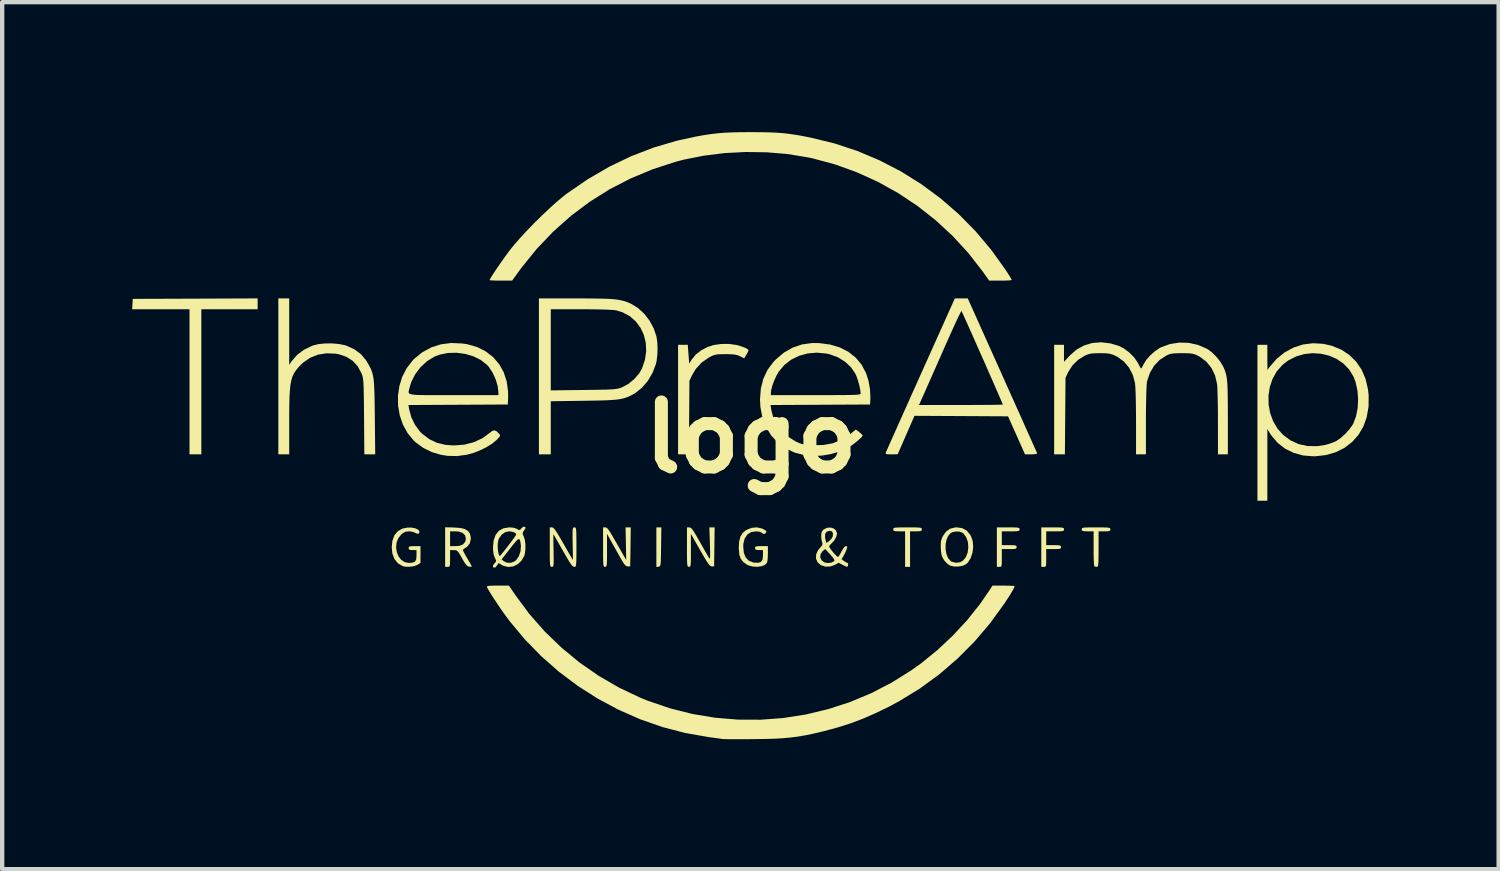
<source format=kicad_pcb>
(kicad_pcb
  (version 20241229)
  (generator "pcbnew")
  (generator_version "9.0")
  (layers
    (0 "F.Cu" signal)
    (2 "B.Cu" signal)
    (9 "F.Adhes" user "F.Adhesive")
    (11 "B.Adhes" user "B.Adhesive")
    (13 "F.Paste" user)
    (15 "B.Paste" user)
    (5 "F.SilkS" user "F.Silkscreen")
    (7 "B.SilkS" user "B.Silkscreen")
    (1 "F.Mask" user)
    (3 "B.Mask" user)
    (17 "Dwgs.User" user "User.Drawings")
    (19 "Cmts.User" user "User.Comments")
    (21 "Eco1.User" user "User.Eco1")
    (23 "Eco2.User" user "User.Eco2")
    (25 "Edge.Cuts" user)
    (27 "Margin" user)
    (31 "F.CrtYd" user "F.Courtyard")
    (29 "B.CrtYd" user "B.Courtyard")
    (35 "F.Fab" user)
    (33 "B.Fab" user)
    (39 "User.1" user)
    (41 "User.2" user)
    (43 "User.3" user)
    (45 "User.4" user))
  (footprint "logo"
    (layer "F.Cu")
    (at 14.286 7.049)
    (property "Reference" "logo" (at 0 0 0) (layer "F.SilkS") (effects (font (size 1.5 1.5) (thickness 0.3))))
    (attr board_only exclude_from_pos_files exclude_from_bom)
    (fp_poly (pts (xy -2.078 2.523) (xy -2.08 2.676) (xy -2.083 2.791) (xy -2.086 2.871) (xy -2.091 2.924) (xy -2.099 2.956) (xy -2.109 2.972) (xy -2.124 2.978) (xy -2.136 2.98) (xy -2.187 2.987) (xy -2.187 2.53) (xy -2.187 2.073) (xy -2.129 2.073) (xy -2.072 2.073)) (stroke (width 0) (type solid)) (fill yes) (layer "F.SilkS"))
    (fp_poly (pts (xy -11.39 -3.087) (xy -11.39 -2.961) (xy -12.039 -2.961) (xy -12.689 -2.961) (xy -12.689 -1.287) (xy -12.689 0.387) (xy -12.825 0.387) (xy -12.962 0.387) (xy -12.962 -1.287) (xy -12.962 -2.961) (xy -13.624 -2.961) (xy -14.286 -2.961) (xy -14.279 -3.081) (xy -14.272 -3.201) (xy -12.831 -3.206) (xy -11.39 -3.212)) (stroke (width 0) (type solid)) (fill yes) (layer "F.SilkS"))
    (fp_poly (pts (xy 3.739 2.073) (xy 3.83 2.075) (xy 3.888 2.079) (xy 3.921 2.086) (xy 3.937 2.097) (xy 3.941 2.113) (xy 3.941 2.119) (xy 3.936 2.144) (xy 3.914 2.158) (xy 3.865 2.163) (xy 3.804 2.164) (xy 3.668 2.164) (xy 3.668 2.574) (xy 3.668 2.984) (xy 3.611 2.984) (xy 3.554 2.984) (xy 3.554 2.574) (xy 3.554 2.164) (xy 3.417 2.164) (xy 3.341 2.162) (xy 3.299 2.155) (xy 3.283 2.139) (xy 3.28 2.119) (xy 3.283 2.101) (xy 3.294 2.088) (xy 3.322 2.08) (xy 3.372 2.076) (xy 3.453 2.074) (xy 3.57 2.073) (xy 3.611 2.073)) (stroke (width 0) (type solid)) (fill yes) (layer "F.SilkS"))
    (fp_poly (pts (xy 6.047 2.073) (xy 6.122 2.076) (xy 6.166 2.081) (xy 6.188 2.091) (xy 6.196 2.107) (xy 6.196 2.119) (xy 6.193 2.14) (xy 6.177 2.154) (xy 6.139 2.161) (xy 6.072 2.164) (xy 5.991 2.164) (xy 5.786 2.164) (xy 5.786 2.324) (xy 5.786 2.483) (xy 5.957 2.483) (xy 6.044 2.484) (xy 6.096 2.489) (xy 6.12 2.5) (xy 6.128 2.52) (xy 6.128 2.529) (xy 6.124 2.552) (xy 6.105 2.566) (xy 6.063 2.572) (xy 5.988 2.574) (xy 5.957 2.574) (xy 5.786 2.574) (xy 5.786 2.779) (xy 5.786 2.876) (xy 5.783 2.937) (xy 5.775 2.969) (xy 5.759 2.982) (xy 5.734 2.984) (xy 5.729 2.984) (xy 5.672 2.984) (xy 5.672 2.529) (xy 5.672 2.073) (xy 5.934 2.073)) (stroke (width 0) (type solid)) (fill yes) (layer "F.SilkS"))
    (fp_poly (pts (xy 7.072 2.073) (xy 7.147 2.076) (xy 7.191 2.081) (xy 7.213 2.091) (xy 7.221 2.107) (xy 7.221 2.119) (xy 7.218 2.14) (xy 7.202 2.154) (xy 7.164 2.161) (xy 7.097 2.164) (xy 7.016 2.164) (xy 6.811 2.164) (xy 6.811 2.324) (xy 6.811 2.483) (xy 6.982 2.483) (xy 7.07 2.484) (xy 7.121 2.489) (xy 7.145 2.5) (xy 7.153 2.52) (xy 7.153 2.529) (xy 7.149 2.552) (xy 7.131 2.566) (xy 7.088 2.572) (xy 7.013 2.574) (xy 6.982 2.574) (xy 6.811 2.574) (xy 6.811 2.779) (xy 6.811 2.876) (xy 6.808 2.937) (xy 6.8 2.969) (xy 6.785 2.982) (xy 6.759 2.984) (xy 6.754 2.984) (xy 6.697 2.984) (xy 6.697 2.529) (xy 6.697 2.073) (xy 6.959 2.073)) (stroke (width 0) (type solid)) (fill yes) (layer "F.SilkS"))
    (fp_poly (pts (xy 8.09 2.073) (xy 8.181 2.075) (xy 8.239 2.079) (xy 8.272 2.086) (xy 8.288 2.097) (xy 8.292 2.113) (xy 8.292 2.119) (xy 8.287 2.144) (xy 8.265 2.158) (xy 8.216 2.163) (xy 8.155 2.164) (xy 8.019 2.164) (xy 8.019 2.574) (xy 8.018 2.72) (xy 8.017 2.827) (xy 8.014 2.9) (xy 8.009 2.947) (xy 8.001 2.972) (xy 7.99 2.982) (xy 7.977 2.984) (xy 7.934 2.977) (xy 7.92 2.969) (xy 7.915 2.942) (xy 7.911 2.878) (xy 7.907 2.783) (xy 7.905 2.666) (xy 7.905 2.559) (xy 7.905 2.164) (xy 7.768 2.164) (xy 7.692 2.162) (xy 7.65 2.155) (xy 7.634 2.139) (xy 7.631 2.119) (xy 7.634 2.101) (xy 7.645 2.088) (xy 7.673 2.08) (xy 7.723 2.076) (xy 7.804 2.074) (xy 7.921 2.073) (xy 7.962 2.073)) (stroke (width 0) (type solid)) (fill yes) (layer "F.SilkS"))
    (fp_poly (pts (xy -0.346 -2.139) (xy -0.281 -2.123) (xy -0.198 -2.095) (xy -0.128 -2.067) (xy -0.087 -2.046) (xy -0.087 -2.046) (xy -0.065 -2.024) (xy -0.064 -1.999) (xy -0.085 -1.955) (xy -0.104 -1.922) (xy -0.16 -1.829) (xy -0.257 -1.877) (xy -0.311 -1.9) (xy -0.37 -1.914) (xy -0.447 -1.922) (xy -0.553 -1.925) (xy -0.592 -1.925) (xy -0.702 -1.924) (xy -0.779 -1.92) (xy -0.838 -1.909) (xy -0.891 -1.89) (xy -0.953 -1.859) (xy -0.974 -1.848) (xy -1.14 -1.733) (xy -1.275 -1.587) (xy -1.363 -1.439) (xy -1.424 -1.31) (xy -1.43 -0.461) (xy -1.437 0.387) (xy -1.561 0.387) (xy -1.686 0.387) (xy -1.686 -0.877) (xy -1.686 -2.141) (xy -1.574 -2.141) (xy -1.462 -2.141) (xy -1.446 -1.925) (xy -1.43 -1.708) (xy -1.368 -1.805) (xy -1.276 -1.918) (xy -1.15 -2.014) (xy -1.008 -2.089) (xy -0.862 -2.136) (xy -0.692 -2.16) (xy -0.515 -2.161)) (stroke (width 0) (type solid)) (fill yes) (layer "F.SilkS"))
    (fp_poly (pts (xy -1.403 2.078) (xy -1.378 2.097) (xy -1.346 2.135) (xy -1.306 2.197) (xy -1.251 2.289) (xy -1.183 2.409) (xy -1.118 2.523) (xy -1.06 2.626) (xy -1.012 2.71) (xy -0.978 2.767) (xy -0.966 2.787) (xy -0.956 2.794) (xy -0.949 2.777) (xy -0.946 2.73) (xy -0.946 2.65) (xy -0.949 2.531) (xy -0.951 2.451) (xy -0.964 2.073) (xy -0.903 2.073) (xy -0.842 2.073) (xy -0.848 2.523) (xy -0.854 2.973) (xy -0.909 2.973) (xy -0.931 2.968) (xy -0.956 2.95) (xy -0.986 2.914) (xy -1.026 2.855) (xy -1.079 2.767) (xy -1.149 2.646) (xy -1.177 2.598) (xy -1.39 2.223) (xy -1.39 2.604) (xy -1.39 2.743) (xy -1.391 2.844) (xy -1.394 2.912) (xy -1.4 2.953) (xy -1.409 2.975) (xy -1.422 2.983) (xy -1.435 2.984) (xy -1.451 2.982) (xy -1.462 2.973) (xy -1.47 2.95) (xy -1.476 2.909) (xy -1.479 2.842) (xy -1.48 2.744) (xy -1.481 2.609) (xy -1.481 2.529) (xy -1.481 2.073) (xy -1.426 2.073)) (stroke (width 0) (type solid)) (fill yes) (layer "F.SilkS"))
    (fp_poly (pts (xy -3.342 2.078) (xy -3.317 2.098) (xy -3.286 2.137) (xy -3.244 2.2) (xy -3.189 2.292) (xy -3.116 2.418) (xy -3.099 2.449) (xy -3.032 2.566) (xy -2.974 2.668) (xy -2.928 2.75) (xy -2.897 2.804) (xy -2.884 2.825) (xy -2.884 2.825) (xy -2.884 2.803) (xy -2.884 2.744) (xy -2.886 2.654) (xy -2.888 2.54) (xy -2.89 2.449) (xy -2.898 2.073) (xy -2.838 2.073) (xy -2.778 2.073) (xy -2.784 2.523) (xy -2.791 2.973) (xy -2.846 2.973) (xy -2.866 2.971) (xy -2.885 2.964) (xy -2.906 2.946) (xy -2.933 2.912) (xy -2.967 2.859) (xy -3.014 2.781) (xy -3.074 2.674) (xy -3.153 2.533) (xy -3.181 2.484) (xy -3.326 2.222) (xy -3.326 2.603) (xy -3.326 2.743) (xy -3.327 2.844) (xy -3.33 2.912) (xy -3.336 2.953) (xy -3.345 2.975) (xy -3.358 2.983) (xy -3.371 2.984) (xy -3.387 2.982) (xy -3.398 2.973) (xy -3.407 2.95) (xy -3.412 2.909) (xy -3.415 2.842) (xy -3.417 2.744) (xy -3.417 2.609) (xy -3.417 2.529) (xy -3.417 2.073) (xy -3.364 2.073)) (stroke (width 0) (type solid)) (fill yes) (layer "F.SilkS"))
    (fp_poly (pts (xy -7.83 2.079) (xy -7.746 2.097) (xy -7.684 2.127) (xy -7.655 2.166) (xy -7.654 2.175) (xy -7.669 2.215) (xy -7.708 2.22) (xy -7.75 2.2) (xy -7.805 2.177) (xy -7.879 2.165) (xy -7.899 2.164) (xy -7.973 2.172) (xy -8.033 2.202) (xy -8.077 2.238) (xy -8.146 2.326) (xy -8.184 2.429) (xy -8.194 2.539) (xy -8.177 2.647) (xy -8.137 2.744) (xy -8.075 2.824) (xy -7.993 2.876) (xy -7.902 2.893) (xy -7.812 2.887) (xy -7.757 2.862) (xy -7.73 2.811) (xy -7.723 2.727) (xy -7.723 2.721) (xy -7.723 2.597) (xy -7.814 2.597) (xy -7.873 2.593) (xy -7.9 2.578) (xy -7.905 2.551) (xy -7.9 2.526) (xy -7.878 2.512) (xy -7.829 2.507) (xy -7.768 2.506) (xy -7.631 2.506) (xy -7.631 2.7) (xy -7.631 2.894) (xy -7.705 2.939) (xy -7.78 2.967) (xy -7.876 2.982) (xy -7.973 2.982) (xy -8.041 2.968) (xy -8.15 2.904) (xy -8.23 2.807) (xy -8.279 2.681) (xy -8.295 2.539) (xy -8.279 2.38) (xy -8.232 2.254) (xy -8.154 2.161) (xy -8.047 2.101) (xy -7.927 2.077)) (stroke (width 0) (type solid)) (fill yes) (layer "F.SilkS"))
    (fp_poly (pts (xy 4.875 2.092) (xy 4.977 2.148) (xy 5.057 2.245) (xy 5.076 2.278) (xy 5.115 2.394) (xy 5.125 2.525) (xy 5.109 2.658) (xy 5.068 2.78) (xy 5.006 2.88) (xy 4.96 2.924) (xy 4.885 2.958) (xy 4.786 2.976) (xy 4.683 2.976) (xy 4.594 2.955) (xy 4.586 2.952) (xy 4.53 2.913) (xy 4.471 2.852) (xy 4.449 2.822) (xy 4.414 2.761) (xy 4.393 2.699) (xy 4.382 2.619) (xy 4.38 2.581) (xy 4.489 2.581) (xy 4.508 2.69) (xy 4.546 2.783) (xy 4.604 2.849) (xy 4.628 2.865) (xy 4.726 2.89) (xy 4.823 2.878) (xy 4.886 2.844) (xy 4.955 2.763) (xy 4.997 2.657) (xy 5.013 2.537) (xy 5.004 2.416) (xy 4.967 2.306) (xy 4.905 2.218) (xy 4.89 2.204) (xy 4.82 2.173) (xy 4.732 2.167) (xy 4.646 2.184) (xy 4.609 2.203) (xy 4.549 2.267) (xy 4.509 2.358) (xy 4.489 2.466) (xy 4.489 2.581) (xy 4.38 2.581) (xy 4.378 2.553) (xy 4.377 2.454) (xy 4.384 2.382) (xy 4.404 2.32) (xy 4.424 2.278) (xy 4.499 2.17) (xy 4.595 2.103) (xy 4.713 2.074) (xy 4.75 2.073)) (stroke (width 0) (type solid)) (fill yes) (layer "F.SilkS"))
    (fp_poly (pts (xy -6.874 2.075) (xy -6.723 2.085) (xy -6.611 2.11) (xy -6.535 2.154) (xy -6.49 2.218) (xy -6.471 2.305) (xy -6.47 2.342) (xy -6.492 2.44) (xy -6.553 2.518) (xy -6.601 2.55) (xy -6.64 2.577) (xy -6.652 2.597) (xy -6.641 2.625) (xy -6.612 2.682) (xy -6.57 2.757) (xy -6.549 2.792) (xy -6.504 2.87) (xy -6.468 2.933) (xy -6.449 2.97) (xy -6.447 2.976) (xy -6.466 2.982) (xy -6.507 2.98) (xy -6.541 2.969) (xy -6.574 2.94) (xy -6.613 2.886) (xy -6.665 2.799) (xy -6.672 2.785) (xy -6.722 2.698) (xy -6.757 2.643) (xy -6.786 2.613) (xy -6.816 2.601) (xy -6.855 2.598) (xy -6.863 2.598) (xy -6.948 2.597) (xy -6.948 2.791) (xy -6.949 2.884) (xy -6.952 2.942) (xy -6.961 2.971) (xy -6.978 2.982) (xy -7.005 2.984) (xy -7.062 2.984) (xy -7.062 2.527) (xy -7.062 2.164) (xy -6.948 2.164) (xy -6.948 2.335) (xy -6.948 2.506) (xy -6.826 2.506) (xy -6.731 2.498) (xy -6.663 2.473) (xy -6.644 2.459) (xy -6.596 2.401) (xy -6.583 2.335) (xy -6.603 2.255) (xy -6.659 2.199) (xy -6.752 2.169) (xy -6.826 2.164) (xy -6.948 2.164) (xy -7.062 2.164) (xy -7.062 2.071)) (stroke (width 0) (type solid)) (fill yes) (layer "F.SilkS"))
    (fp_poly (pts (xy 0.251 2.099) (xy 0.294 2.12) (xy 0.342 2.152) (xy 0.355 2.174) (xy 0.34 2.198) (xy 0.334 2.204) (xy 0.303 2.228) (xy 0.275 2.22) (xy 0.255 2.202) (xy 0.195 2.174) (xy 0.109 2.164) (xy -0.002 2.183) (xy -0.089 2.24) (xy -0.149 2.33) (xy -0.179 2.451) (xy -0.182 2.517) (xy -0.168 2.661) (xy -0.124 2.77) (xy -0.052 2.844) (xy 0.049 2.883) (xy 0.075 2.887) (xy 0.171 2.89) (xy 0.231 2.868) (xy 0.263 2.817) (xy 0.273 2.731) (xy 0.273 2.721) (xy 0.273 2.597) (xy 0.182 2.597) (xy 0.123 2.593) (xy 0.096 2.578) (xy 0.091 2.551) (xy 0.096 2.527) (xy 0.116 2.513) (xy 0.163 2.507) (xy 0.239 2.506) (xy 0.387 2.506) (xy 0.387 2.678) (xy 0.384 2.768) (xy 0.377 2.843) (xy 0.366 2.89) (xy 0.365 2.892) (xy 0.316 2.94) (xy 0.236 2.97) (xy 0.139 2.983) (xy 0.035 2.976) (xy -0.061 2.95) (xy -0.103 2.929) (xy -0.187 2.866) (xy -0.242 2.792) (xy -0.273 2.697) (xy -0.284 2.57) (xy -0.285 2.54) (xy -0.276 2.396) (xy -0.248 2.287) (xy -0.197 2.204) (xy -0.12 2.139) (xy -0.103 2.129) (xy 0.013 2.084) (xy 0.135 2.073)) (stroke (width 0) (type solid)) (fill yes) (layer "F.SilkS"))
    (fp_poly (pts (xy -10.661 -2.446) (xy -10.661 -1.679) (xy -10.605 -1.763) (xy -10.479 -1.907) (xy -10.318 -2.028) (xy -10.126 -2.121) (xy -10.114 -2.125) (xy -9.991 -2.156) (xy -9.84 -2.172) (xy -9.677 -2.173) (xy -9.517 -2.16) (xy -9.377 -2.132) (xy -9.34 -2.12) (xy -9.157 -2.037) (xy -9.006 -1.925) (xy -8.883 -1.778) (xy -8.816 -1.663) (xy -8.786 -1.603) (xy -8.762 -1.548) (xy -8.742 -1.491) (xy -8.727 -1.428) (xy -8.714 -1.354) (xy -8.705 -1.264) (xy -8.699 -1.152) (xy -8.694 -1.013) (xy -8.69 -0.842) (xy -8.687 -0.635) (xy -8.685 -0.473) (xy -8.676 0.387) (xy -8.802 0.387) (xy -8.927 0.387) (xy -8.934 -0.484) (xy -8.936 -0.707) (xy -8.938 -0.889) (xy -8.941 -1.036) (xy -8.943 -1.151) (xy -8.947 -1.241) (xy -8.952 -1.309) (xy -8.958 -1.362) (xy -8.966 -1.403) (xy -8.976 -1.438) (xy -8.988 -1.471) (xy -8.993 -1.483) (xy -9.08 -1.645) (xy -9.197 -1.772) (xy -9.343 -1.865) (xy -9.519 -1.924) (xy -9.589 -1.936) (xy -9.8 -1.945) (xy -9.999 -1.913) (xy -10.181 -1.84) (xy -10.342 -1.728) (xy -10.394 -1.679) (xy -10.458 -1.611) (xy -10.511 -1.545) (xy -10.554 -1.477) (xy -10.588 -1.402) (xy -10.614 -1.314) (xy -10.633 -1.21) (xy -10.646 -1.082) (xy -10.655 -0.927) (xy -10.659 -0.74) (xy -10.661 -0.514) (xy -10.661 -0.371) (xy -10.661 0.387) (xy -10.786 0.387) (xy -10.912 0.387) (xy -10.912 -1.412) (xy -10.912 -3.212) (xy -10.786 -3.212) (xy -10.661 -3.212)) (stroke (width 0) (type solid)) (fill yes) (layer "F.SilkS"))
    (fp_poly (pts (xy -4.063 2.075) (xy -4.051 2.083) (xy -4.043 2.105) (xy -4.037 2.146) (xy -4.034 2.211) (xy -4.033 2.307) (xy -4.032 2.439) (xy -4.032 2.529) (xy -4.032 2.683) (xy -4.033 2.798) (xy -4.036 2.88) (xy -4.04 2.933) (xy -4.046 2.964) (xy -4.056 2.979) (xy -4.07 2.984) (xy -4.077 2.984) (xy -4.096 2.982) (xy -4.116 2.971) (xy -4.139 2.948) (xy -4.169 2.907) (xy -4.209 2.844) (xy -4.263 2.753) (xy -4.333 2.631) (xy -4.395 2.523) (xy -4.453 2.421) (xy -4.503 2.334) (xy -4.54 2.27) (xy -4.561 2.236) (xy -4.564 2.232) (xy -4.565 2.254) (xy -4.564 2.314) (xy -4.564 2.404) (xy -4.562 2.517) (xy -4.56 2.608) (xy -4.558 2.747) (xy -4.557 2.846) (xy -4.559 2.913) (xy -4.563 2.954) (xy -4.572 2.975) (xy -4.585 2.983) (xy -4.6 2.984) (xy -4.616 2.983) (xy -4.628 2.974) (xy -4.636 2.953) (xy -4.642 2.913) (xy -4.645 2.848) (xy -4.647 2.753) (xy -4.647 2.622) (xy -4.647 2.529) (xy -4.647 2.073) (xy -4.596 2.073) (xy -4.574 2.079) (xy -4.548 2.101) (xy -4.515 2.143) (xy -4.471 2.21) (xy -4.413 2.307) (xy -4.337 2.44) (xy -4.331 2.449) (xy -4.265 2.566) (xy -4.206 2.668) (xy -4.159 2.75) (xy -4.128 2.804) (xy -4.115 2.825) (xy -4.115 2.825) (xy -4.114 2.803) (xy -4.114 2.744) (xy -4.115 2.654) (xy -4.117 2.54) (xy -4.119 2.449) (xy -4.121 2.31) (xy -4.121 2.211) (xy -4.12 2.144) (xy -4.115 2.103) (xy -4.106 2.082) (xy -4.094 2.074) (xy -4.079 2.073)) (stroke (width 0) (type solid)) (fill yes) (layer "F.SilkS"))
    (fp_poly (pts (xy -4.049 -3.212) (xy -3.802 -3.211) (xy -3.596 -3.209) (xy -3.425 -3.206) (xy -3.284 -3.201) (xy -3.168 -3.193) (xy -3.073 -3.181) (xy -2.992 -3.166) (xy -2.92 -3.147) (xy -2.854 -3.124) (xy -2.786 -3.095) (xy -2.764 -3.084) (xy -2.609 -2.988) (xy -2.466 -2.856) (xy -2.343 -2.696) (xy -2.247 -2.518) (xy -2.186 -2.334) (xy -2.166 -2.208) (xy -2.159 -2.058) (xy -2.165 -1.905) (xy -2.182 -1.766) (xy -2.198 -1.695) (xy -2.275 -1.493) (xy -2.384 -1.309) (xy -2.518 -1.152) (xy -2.671 -1.029) (xy -2.725 -0.997) (xy -2.793 -0.962) (xy -2.857 -0.934) (xy -2.923 -0.911) (xy -2.996 -0.893) (xy -3.083 -0.879) (xy -3.188 -0.869) (xy -3.317 -0.861) (xy -3.476 -0.856) (xy -3.671 -0.852) (xy -3.867 -0.849) (xy -4.624 -0.838) (xy -4.624 -0.226) (xy -4.624 0.387) (xy -4.761 0.387) (xy -4.898 0.387) (xy -4.898 -1.412) (xy -4.898 -2.961) (xy -4.624 -2.961) (xy -4.624 -2.025) (xy -4.624 -1.089) (xy -3.867 -1.098) (xy -3.661 -1.101) (xy -3.494 -1.104) (xy -3.363 -1.106) (xy -3.261 -1.11) (xy -3.182 -1.115) (xy -3.123 -1.121) (xy -3.076 -1.129) (xy -3.037 -1.139) (xy -3 -1.152) (xy -2.975 -1.162) (xy -2.829 -1.241) (xy -2.695 -1.352) (xy -2.583 -1.483) (xy -2.519 -1.595) (xy -2.45 -1.795) (xy -2.422 -1.993) (xy -2.431 -2.186) (xy -2.475 -2.368) (xy -2.553 -2.534) (xy -2.662 -2.68) (xy -2.799 -2.8) (xy -2.963 -2.889) (xy -3.116 -2.936) (xy -3.178 -2.944) (xy -3.281 -2.95) (xy -3.421 -2.955) (xy -3.594 -2.959) (xy -3.795 -2.961) (xy -3.931 -2.961) (xy -4.624 -2.961) (xy -4.898 -2.961) (xy -4.898 -3.212)) (stroke (width 0) (type solid)) (fill yes) (layer "F.SilkS"))
    (fp_poly (pts (xy 13.202 -2.164) (xy 13.404 -2.118) (xy 13.621 -2.029) (xy 13.809 -1.905) (xy 13.966 -1.75) (xy 14.091 -1.565) (xy 14.182 -1.351) (xy 14.238 -1.11) (xy 14.253 -0.968) (xy 14.25 -0.709) (xy 14.208 -0.471) (xy 14.13 -0.254) (xy 14.017 -0.062) (xy 13.871 0.102) (xy 13.697 0.236) (xy 13.495 0.338) (xy 13.268 0.404) (xy 13.02 0.432) (xy 12.972 0.432) (xy 12.737 0.413) (xy 12.521 0.353) (xy 12.325 0.257) (xy 12.155 0.125) (xy 12.013 -0.04) (xy 11.984 -0.083) (xy 11.915 -0.194) (xy 11.915 0.632) (xy 11.914 1.458) (xy 11.8 1.458) (xy 11.686 1.458) (xy 11.686 -0.342) (xy 11.686 -0.97) (xy 11.941 -0.97) (xy 11.943 -0.766) (xy 11.979 -0.566) (xy 12.049 -0.376) (xy 12.151 -0.203) (xy 12.277 -0.063) (xy 12.449 0.065) (xy 12.638 0.151) (xy 12.845 0.196) (xy 13.067 0.198) (xy 13.242 0.172) (xy 13.343 0.144) (xy 13.447 0.106) (xy 13.511 0.076) (xy 13.61 0.008) (xy 13.714 -0.086) (xy 13.81 -0.192) (xy 13.883 -0.296) (xy 13.897 -0.321) (xy 13.961 -0.489) (xy 13.999 -0.682) (xy 14.009 -0.887) (xy 13.993 -1.092) (xy 13.95 -1.284) (xy 13.904 -1.405) (xy 13.803 -1.57) (xy 13.672 -1.707) (xy 13.516 -1.814) (xy 13.342 -1.89) (xy 13.155 -1.935) (xy 12.961 -1.948) (xy 12.767 -1.927) (xy 12.578 -1.872) (xy 12.4 -1.782) (xy 12.265 -1.679) (xy 12.134 -1.531) (xy 12.036 -1.359) (xy 11.972 -1.169) (xy 11.941 -0.97) (xy 11.686 -0.97) (xy 11.686 -2.141) (xy 11.8 -2.141) (xy 11.914 -2.141) (xy 11.915 -1.851) (xy 11.917 -1.56) (xy 11.966 -1.629) (xy 12.128 -1.816) (xy 12.314 -1.966) (xy 12.518 -2.077) (xy 12.736 -2.148) (xy 12.966 -2.177)) (stroke (width 0) (type solid)) (fill yes) (layer "F.SilkS"))
    (fp_poly (pts (xy 4.851 -3.212) (xy 5 -3.212) (xy 5.798 -1.434) (xy 5.918 -1.165) (xy 6.033 -0.909) (xy 6.141 -0.667) (xy 6.242 -0.443) (xy 6.332 -0.24) (xy 6.412 -0.061) (xy 6.48 0.09) (xy 6.534 0.212) (xy 6.574 0.3) (xy 6.597 0.352) (xy 6.602 0.366) (xy 6.586 0.377) (xy 6.534 0.385) (xy 6.466 0.387) (xy 6.321 0.387) (xy 6.126 -0.051) (xy 5.93 -0.49) (xy 4.85 -0.496) (xy 3.77 -0.502) (xy 3.576 -0.058) (xy 3.383 0.386) (xy 3.238 0.387) (xy 3.16 0.386) (xy 3.118 0.38) (xy 3.104 0.367) (xy 3.108 0.347) (xy 3.119 0.321) (xy 3.148 0.256) (xy 3.193 0.156) (xy 3.252 0.023) (xy 3.324 -0.138) (xy 3.408 -0.326) (xy 3.502 -0.536) (xy 3.598 -0.752) (xy 3.875 -0.752) (xy 4.842 -0.752) (xy 5.047 -0.752) (xy 5.237 -0.753) (xy 5.408 -0.754) (xy 5.554 -0.755) (xy 5.672 -0.757) (xy 5.756 -0.759) (xy 5.802 -0.761) (xy 5.809 -0.763) (xy 5.8 -0.786) (xy 5.775 -0.846) (xy 5.735 -0.938) (xy 5.683 -1.058) (xy 5.621 -1.2) (xy 5.551 -1.359) (xy 5.475 -1.532) (xy 5.396 -1.713) (xy 5.314 -1.897) (xy 5.233 -2.079) (xy 5.155 -2.256) (xy 5.082 -2.421) (xy 5.015 -2.571) (xy 4.957 -2.7) (xy 4.91 -2.804) (xy 4.877 -2.877) (xy 4.858 -2.916) (xy 4.855 -2.921) (xy 4.843 -2.904) (xy 4.815 -2.85) (xy 4.772 -2.763) (xy 4.718 -2.647) (xy 4.653 -2.506) (xy 4.581 -2.346) (xy 4.502 -2.169) (xy 4.472 -2.101) (xy 4.386 -1.906) (xy 4.301 -1.713) (xy 4.22 -1.53) (xy 4.146 -1.362) (xy 4.081 -1.216) (xy 4.029 -1.098) (xy 3.992 -1.014) (xy 3.989 -1.008) (xy 3.875 -0.752) (xy 3.598 -0.752) (xy 3.605 -0.766) (xy 3.715 -1.013) (xy 3.832 -1.273) (xy 3.912 -1.452) (xy 4.702 -3.212)) (stroke (width 0) (type solid)) (fill yes) (layer "F.SilkS"))
    (fp_poly (pts (xy 0.226 -7.048) (xy 0.417 -7.044) (xy 0.583 -7.037) (xy 0.734 -7.026) (xy 0.881 -7.009) (xy 1.034 -6.986) (xy 1.204 -6.956) (xy 1.378 -6.922) (xy 1.923 -6.789) (xy 2.451 -6.615) (xy 2.962 -6.399) (xy 3.454 -6.145) (xy 3.923 -5.852) (xy 4.369 -5.523) (xy 4.789 -5.159) (xy 5.181 -4.761) (xy 5.543 -4.331) (xy 5.874 -3.87) (xy 5.918 -3.803) (xy 5.963 -3.73) (xy 5.997 -3.672) (xy 6.013 -3.64) (xy 6.014 -3.638) (xy 5.993 -3.631) (xy 5.935 -3.626) (xy 5.85 -3.623) (xy 5.754 -3.622) (xy 5.495 -3.622) (xy 5.345 -3.833) (xy 5.015 -4.257) (xy 4.652 -4.652) (xy 4.259 -5.016) (xy 3.838 -5.347) (xy 3.392 -5.643) (xy 2.925 -5.903) (xy 2.438 -6.124) (xy 1.936 -6.305) (xy 1.42 -6.444) (xy 1.299 -6.469) (xy 0.84 -6.544) (xy 0.363 -6.584) (xy -0.124 -6.591) (xy -0.61 -6.566) (xy -1.086 -6.507) (xy -1.543 -6.417) (xy -1.743 -6.365) (xy -2.274 -6.192) (xy -2.782 -5.98) (xy -3.267 -5.73) (xy -3.726 -5.442) (xy -4.16 -5.116) (xy -4.567 -4.754) (xy -4.947 -4.356) (xy -5.299 -3.921) (xy -5.372 -3.821) (xy -5.516 -3.622) (xy -5.776 -3.622) (xy -5.879 -3.623) (xy -5.963 -3.626) (xy -6.018 -3.629) (xy -6.037 -3.634) (xy -6.024 -3.661) (xy -5.99 -3.719) (xy -5.937 -3.801) (xy -5.872 -3.899) (xy -5.798 -4.007) (xy -5.72 -4.118) (xy -5.643 -4.225) (xy -5.584 -4.305) (xy -5.473 -4.444) (xy -5.334 -4.604) (xy -5.174 -4.776) (xy -5.001 -4.955) (xy -4.822 -5.131) (xy -4.644 -5.299) (xy -4.476 -5.45) (xy -4.324 -5.577) (xy -4.248 -5.635) (xy -3.766 -5.965) (xy -3.272 -6.252) (xy -2.765 -6.495) (xy -2.245 -6.695) (xy -1.709 -6.853) (xy -1.23 -6.956) (xy -1.06 -6.985) (xy -0.906 -7.007) (xy -0.758 -7.024) (xy -0.606 -7.036) (xy -0.44 -7.043) (xy -0.249 -7.048) (xy -0.025 -7.049) (xy 0 -7.049)) (stroke (width 0) (type solid)) (fill yes) (layer "F.SilkS"))
    (fp_poly (pts (xy -5.439 3.639) (xy -5.118 4.072) (xy -4.762 4.477) (xy -4.374 4.851) (xy -3.958 5.194) (xy -3.515 5.501) (xy -3.049 5.771) (xy -2.562 6.002) (xy -2.381 6.076) (xy -1.873 6.249) (xy -1.356 6.379) (xy -0.832 6.466) (xy -0.305 6.51) (xy 0.223 6.512) (xy 0.748 6.472) (xy 1.269 6.39) (xy 1.781 6.267) (xy 2.283 6.104) (xy 2.772 5.9) (xy 3.243 5.656) (xy 3.696 5.373) (xy 3.928 5.207) (xy 4.303 4.902) (xy 4.658 4.568) (xy 4.986 4.214) (xy 5.281 3.845) (xy 5.48 3.556) (xy 5.57 3.417) (xy 5.826 3.417) (xy 5.928 3.418) (xy 6.011 3.421) (xy 6.065 3.425) (xy 6.082 3.43) (xy 6.069 3.468) (xy 6.03 3.54) (xy 5.968 3.643) (xy 5.882 3.775) (xy 5.848 3.827) (xy 5.519 4.281) (xy 5.157 4.707) (xy 4.763 5.103) (xy 4.342 5.465) (xy 3.895 5.792) (xy 3.425 6.08) (xy 3.174 6.215) (xy 2.867 6.363) (xy 2.581 6.488) (xy 2.3 6.594) (xy 2.01 6.687) (xy 1.697 6.772) (xy 1.64 6.786) (xy 1.439 6.833) (xy 1.256 6.871) (xy 1.082 6.901) (xy 0.909 6.923) (xy 0.725 6.94) (xy 0.523 6.951) (xy 0.293 6.957) (xy 0.068 6.96) (xy -0.105 6.962) (xy -0.265 6.962) (xy -0.407 6.962) (xy -0.523 6.961) (xy -0.608 6.96) (xy -0.655 6.958) (xy -0.661 6.957) (xy -0.705 6.951) (xy -0.784 6.939) (xy -0.885 6.926) (xy -0.991 6.911) (xy -1.524 6.818) (xy -2.048 6.681) (xy -2.56 6.502) (xy -3.058 6.283) (xy -3.539 6.026) (xy -3.999 5.733) (xy -4.436 5.405) (xy -4.846 5.044) (xy -5.228 4.652) (xy -5.578 4.231) (xy -5.696 4.071) (xy -5.767 3.971) (xy -5.842 3.86) (xy -5.916 3.748) (xy -5.984 3.643) (xy -6.041 3.552) (xy -6.081 3.483) (xy -6.098 3.449) (xy -6.096 3.435) (xy -6.072 3.426) (xy -6.022 3.42) (xy -5.936 3.417) (xy -5.85 3.417) (xy -5.589 3.417)) (stroke (width 0) (type solid)) (fill yes) (layer "F.SilkS"))
    (fp_poly (pts (xy -5.206 2.073) (xy -5.211 2.098) (xy -5.239 2.14) (xy -5.269 2.188) (xy -5.274 2.223) (xy -5.254 2.27) (xy -5.248 2.283) (xy -5.222 2.362) (xy -5.21 2.467) (xy -5.21 2.58) (xy -5.223 2.684) (xy -5.238 2.735) (xy -5.303 2.845) (xy -5.391 2.926) (xy -5.495 2.975) (xy -5.607 2.987) (xy -5.718 2.96) (xy -5.756 2.94) (xy -5.828 2.896) (xy -5.865 2.951) (xy -5.906 2.999) (xy -5.941 3.001) (xy -5.958 2.983) (xy -5.955 2.951) (xy -5.926 2.907) (xy -5.923 2.905) (xy -5.892 2.868) (xy -5.886 2.838) (xy -5.897 2.813) (xy -5.759 2.813) (xy -5.71 2.853) (xy -5.631 2.889) (xy -5.542 2.89) (xy -5.457 2.856) (xy -5.422 2.828) (xy -5.36 2.738) (xy -5.322 2.622) (xy -5.313 2.498) (xy -5.317 2.465) (xy -5.328 2.396) (xy -5.341 2.355) (xy -5.362 2.342) (xy -5.393 2.359) (xy -5.441 2.409) (xy -5.509 2.492) (xy -5.562 2.56) (xy -5.759 2.813) (xy -5.897 2.813) (xy -5.904 2.795) (xy -5.915 2.776) (xy -5.942 2.702) (xy -5.955 2.601) (xy -5.957 2.529) (xy -5.955 2.508) (xy -5.85 2.508) (xy -5.845 2.591) (xy -5.834 2.664) (xy -5.817 2.716) (xy -5.798 2.734) (xy -5.782 2.717) (xy -5.743 2.67) (xy -5.688 2.601) (xy -5.621 2.515) (xy -5.606 2.495) (xy -5.537 2.405) (xy -5.48 2.327) (xy -5.44 2.268) (xy -5.422 2.237) (xy -5.422 2.234) (xy -5.442 2.202) (xy -5.495 2.178) (xy -5.568 2.165) (xy -5.589 2.164) (xy -5.678 2.185) (xy -5.759 2.242) (xy -5.818 2.326) (xy -5.833 2.362) (xy -5.846 2.427) (xy -5.85 2.508) (xy -5.955 2.508) (xy -5.942 2.37) (xy -5.896 2.244) (xy -5.822 2.152) (xy -5.718 2.095) (xy -5.585 2.073) (xy -5.569 2.073) (xy -5.475 2.082) (xy -5.405 2.108) (xy -5.4 2.111) (xy -5.36 2.135) (xy -5.332 2.128) (xy -5.304 2.097) (xy -5.26 2.061) (xy -5.227 2.059)) (stroke (width 0) (type solid)) (fill yes) (layer "F.SilkS"))
    (fp_poly (pts (xy -6.663 -2.171) (xy -6.55 -2.154) (xy -6.324 -2.089) (xy -6.125 -1.989) (xy -5.955 -1.857) (xy -5.816 -1.695) (xy -5.71 -1.506) (xy -5.641 -1.294) (xy -5.609 -1.061) (xy -5.608 -0.922) (xy -5.615 -0.763) (xy -6.762 -0.757) (xy -7.909 -0.751) (xy -7.893 -0.655) (xy -7.842 -0.468) (xy -7.757 -0.293) (xy -7.645 -0.141) (xy -7.592 -0.088) (xy -7.427 0.037) (xy -7.249 0.122) (xy -7.052 0.169) (xy -6.858 0.182) (xy -6.617 0.163) (xy -6.396 0.106) (xy -6.197 0.013) (xy -6.035 -0.107) (xy -5.972 -0.155) (xy -5.921 -0.167) (xy -5.871 -0.142) (xy -5.822 -0.093) (xy -5.799 -0.065) (xy -5.795 -0.042) (xy -5.813 -0.011) (xy -5.857 0.037) (xy -5.879 0.059) (xy -5.976 0.14) (xy -6.105 0.22) (xy -6.254 0.294) (xy -6.41 0.355) (xy -6.56 0.396) (xy -6.565 0.397) (xy -6.788 0.427) (xy -7.004 0.422) (xy -7.159 0.398) (xy -7.371 0.335) (xy -7.57 0.237) (xy -7.745 0.108) (xy -7.788 0.067) (xy -7.931 -0.106) (xy -8.038 -0.302) (xy -8.11 -0.514) (xy -8.148 -0.737) (xy -8.151 -0.963) (xy -8.138 -1.054) (xy -7.906 -1.054) (xy -7.902 -1.031) (xy -7.885 -1.013) (xy -7.852 -1) (xy -7.799 -0.991) (xy -7.723 -0.984) (xy -7.619 -0.981) (xy -7.485 -0.979) (xy -7.315 -0.979) (xy -7.108 -0.979) (xy -6.868 -0.98) (xy -5.832 -0.98) (xy -5.832 -1.035) (xy -5.849 -1.185) (xy -5.896 -1.345) (xy -5.966 -1.498) (xy -6.053 -1.63) (xy -6.096 -1.677) (xy -6.238 -1.79) (xy -6.409 -1.875) (xy -6.599 -1.931) (xy -6.798 -1.958) (xy -6.998 -1.952) (xy -7.188 -1.914) (xy -7.305 -1.87) (xy -7.476 -1.766) (xy -7.627 -1.628) (xy -7.752 -1.464) (xy -7.843 -1.283) (xy -7.88 -1.162) (xy -7.891 -1.119) (xy -7.901 -1.083) (xy -7.906 -1.054) (xy -8.138 -1.054) (xy -8.119 -1.186) (xy -8.053 -1.401) (xy -7.951 -1.599) (xy -7.815 -1.776) (xy -7.782 -1.811) (xy -7.593 -1.966) (xy -7.385 -2.08) (xy -7.16 -2.152) (xy -6.918 -2.183)) (stroke (width 0) (type solid)) (fill yes) (layer "F.SilkS"))
    (fp_poly (pts (xy 1.903 2.097) (xy 1.957 2.141) (xy 1.981 2.205) (xy 1.982 2.215) (xy 1.963 2.296) (xy 1.916 2.379) (xy 1.857 2.441) (xy 1.817 2.481) (xy 1.8 2.513) (xy 1.8 2.513) (xy 1.814 2.544) (xy 1.849 2.594) (xy 1.896 2.652) (xy 1.945 2.706) (xy 1.985 2.745) (xy 2.005 2.756) (xy 2.024 2.738) (xy 2.055 2.689) (xy 2.085 2.631) (xy 2.133 2.548) (xy 2.174 2.509) (xy 2.188 2.506) (xy 2.215 2.511) (xy 2.218 2.534) (xy 2.204 2.58) (xy 2.174 2.652) (xy 2.136 2.726) (xy 2.133 2.731) (xy 2.088 2.807) (xy 2.143 2.85) (xy 2.191 2.88) (xy 2.225 2.893) (xy 2.239 2.91) (xy 2.238 2.946) (xy 2.225 2.977) (xy 2.212 2.984) (xy 2.185 2.974) (xy 2.133 2.949) (xy 2.109 2.937) (xy 2.02 2.889) (xy 1.935 2.937) (xy 1.825 2.976) (xy 1.711 2.979) (xy 1.607 2.943) (xy 1.603 2.94) (xy 1.531 2.874) (xy 1.497 2.79) (xy 1.498 2.765) (xy 1.595 2.765) (xy 1.625 2.832) (xy 1.691 2.881) (xy 1.693 2.882) (xy 1.771 2.896) (xy 1.853 2.886) (xy 1.918 2.852) (xy 1.922 2.849) (xy 1.92 2.819) (xy 1.883 2.763) (xy 1.833 2.706) (xy 1.778 2.646) (xy 1.736 2.599) (xy 1.716 2.577) (xy 1.716 2.576) (xy 1.696 2.583) (xy 1.658 2.614) (xy 1.651 2.62) (xy 1.603 2.69) (xy 1.595 2.765) (xy 1.498 2.765) (xy 1.501 2.696) (xy 1.542 2.602) (xy 1.602 2.532) (xy 1.64 2.488) (xy 1.646 2.448) (xy 1.639 2.422) (xy 1.625 2.363) (xy 1.619 2.301) (xy 1.705 2.301) (xy 1.714 2.347) (xy 1.736 2.435) (xy 1.803 2.386) (xy 1.852 2.339) (xy 1.881 2.29) (xy 1.882 2.286) (xy 1.89 2.211) (xy 1.867 2.167) (xy 1.812 2.153) (xy 1.811 2.153) (xy 1.746 2.17) (xy 1.71 2.221) (xy 1.705 2.301) (xy 1.619 2.301) (xy 1.618 2.287) (xy 1.617 2.267) (xy 1.624 2.195) (xy 1.648 2.147) (xy 1.677 2.12) (xy 1.752 2.083) (xy 1.831 2.076)) (stroke (width 0) (type solid)) (fill yes) (layer "F.SilkS"))
    (fp_poly (pts (xy 1.572 -2.18) (xy 1.823 -2.147) (xy 2.049 -2.079) (xy 2.246 -1.978) (xy 2.414 -1.845) (xy 2.55 -1.681) (xy 2.653 -1.487) (xy 2.654 -1.486) (xy 2.709 -1.311) (xy 2.743 -1.118) (xy 2.753 -0.93) (xy 2.752 -0.897) (xy 2.745 -0.763) (xy 1.597 -0.757) (xy 0.449 -0.751) (xy 0.464 -0.644) (xy 0.509 -0.472) (xy 0.593 -0.306) (xy 0.71 -0.152) (xy 0.854 -0.019) (xy 1.017 0.083) (xy 1.019 0.085) (xy 1.099 0.122) (xy 1.165 0.147) (xy 1.232 0.163) (xy 1.314 0.171) (xy 1.427 0.177) (xy 1.431 0.177) (xy 1.672 0.171) (xy 1.886 0.131) (xy 2.08 0.055) (xy 2.26 -0.058) (xy 2.307 -0.096) (xy 2.416 -0.186) (xy 2.495 -0.126) (xy 2.544 -0.085) (xy 2.571 -0.054) (xy 2.574 -0.046) (xy 2.557 -0.018) (xy 2.511 0.028) (xy 2.446 0.085) (xy 2.371 0.144) (xy 2.296 0.198) (xy 2.244 0.231) (xy 2.063 0.315) (xy 1.857 0.377) (xy 1.64 0.415) (xy 1.426 0.427) (xy 1.238 0.409) (xy 1.002 0.346) (xy 0.793 0.247) (xy 0.612 0.114) (xy 0.462 -0.05) (xy 0.344 -0.242) (xy 0.261 -0.46) (xy 0.215 -0.701) (xy 0.205 -0.878) (xy 0.213 -0.98) (xy 0.456 -0.98) (xy 1.492 -0.98) (xy 1.737 -0.98) (xy 1.94 -0.98) (xy 2.105 -0.981) (xy 2.236 -0.982) (xy 2.337 -0.984) (xy 2.412 -0.987) (xy 2.464 -0.991) (xy 2.498 -0.996) (xy 2.518 -1.003) (xy 2.526 -1.011) (xy 2.528 -1.019) (xy 2.519 -1.098) (xy 2.498 -1.202) (xy 2.467 -1.312) (xy 2.433 -1.413) (xy 2.407 -1.472) (xy 2.305 -1.622) (xy 2.169 -1.75) (xy 2.004 -1.852) (xy 1.818 -1.921) (xy 1.74 -1.939) (xy 1.52 -1.96) (xy 1.307 -1.942) (xy 1.106 -1.887) (xy 0.924 -1.797) (xy 0.766 -1.674) (xy 0.639 -1.523) (xy 0.582 -1.424) (xy 0.53 -1.309) (xy 0.488 -1.193) (xy 0.462 -1.091) (xy 0.456 -1.034) (xy 0.456 -0.98) (xy 0.213 -0.98) (xy 0.224 -1.128) (xy 0.281 -1.354) (xy 0.377 -1.559) (xy 0.513 -1.743) (xy 0.568 -1.801) (xy 0.756 -1.96) (xy 0.958 -2.076) (xy 1.176 -2.15) (xy 1.411 -2.182)) (stroke (width 0) (type solid)) (fill yes) (layer "F.SilkS"))
    (fp_poly (pts (xy 8.294 -2.173) (xy 8.486 -2.117) (xy 8.608 -2.054) (xy 8.73 -1.961) (xy 8.839 -1.851) (xy 8.92 -1.736) (xy 8.936 -1.706) (xy 8.967 -1.645) (xy 8.991 -1.604) (xy 9 -1.596) (xy 9.017 -1.614) (xy 9.043 -1.661) (xy 9.057 -1.691) (xy 9.116 -1.787) (xy 9.204 -1.889) (xy 9.309 -1.984) (xy 9.418 -2.06) (xy 9.458 -2.082) (xy 9.663 -2.157) (xy 9.879 -2.192) (xy 10.098 -2.186) (xy 10.313 -2.139) (xy 10.515 -2.052) (xy 10.538 -2.039) (xy 10.634 -1.968) (xy 10.733 -1.87) (xy 10.822 -1.761) (xy 10.888 -1.654) (xy 10.889 -1.651) (xy 10.917 -1.591) (xy 10.94 -1.534) (xy 10.958 -1.475) (xy 10.973 -1.409) (xy 10.984 -1.33) (xy 10.992 -1.234) (xy 10.997 -1.115) (xy 11 -0.968) (xy 11.002 -0.788) (xy 11.003 -0.569) (xy 11.003 -0.461) (xy 11.003 0.387) (xy 10.889 0.387) (xy 10.775 0.387) (xy 10.774 -0.347) (xy 10.774 -0.534) (xy 10.772 -0.714) (xy 10.769 -0.878) (xy 10.765 -1.022) (xy 10.761 -1.137) (xy 10.756 -1.216) (xy 10.753 -1.238) (xy 10.708 -1.434) (xy 10.625 -1.606) (xy 10.507 -1.751) (xy 10.356 -1.865) (xy 10.298 -1.896) (xy 10.244 -1.92) (xy 10.188 -1.935) (xy 10.118 -1.944) (xy 10.022 -1.947) (xy 9.944 -1.948) (xy 9.827 -1.946) (xy 9.743 -1.941) (xy 9.68 -1.931) (xy 9.626 -1.913) (xy 9.584 -1.893) (xy 9.429 -1.792) (xy 9.301 -1.657) (xy 9.204 -1.493) (xy 9.141 -1.307) (xy 9.135 -1.277) (xy 9.13 -1.225) (xy 9.125 -1.134) (xy 9.12 -1.01) (xy 9.117 -0.86) (xy 9.114 -0.69) (xy 9.112 -0.506) (xy 9.112 -0.384) (xy 9.112 0.387) (xy 8.998 0.387) (xy 8.884 0.387) (xy 8.884 -0.359) (xy 8.883 -0.546) (xy 8.881 -0.726) (xy 8.878 -0.891) (xy 8.874 -1.034) (xy 8.869 -1.149) (xy 8.863 -1.229) (xy 8.861 -1.253) (xy 8.81 -1.445) (xy 8.723 -1.613) (xy 8.604 -1.754) (xy 8.456 -1.863) (xy 8.406 -1.888) (xy 8.339 -1.917) (xy 8.277 -1.934) (xy 8.204 -1.944) (xy 8.107 -1.947) (xy 8.053 -1.947) (xy 7.941 -1.946) (xy 7.859 -1.94) (xy 7.795 -1.927) (xy 7.733 -1.904) (xy 7.7 -1.889) (xy 7.547 -1.794) (xy 7.418 -1.667) (xy 7.321 -1.518) (xy 7.316 -1.507) (xy 7.256 -1.378) (xy 7.249 -0.495) (xy 7.242 0.387) (xy 7.118 0.387) (xy 6.994 0.387) (xy 6.994 -0.877) (xy 6.994 -2.141) (xy 7.107 -2.141) (xy 7.221 -2.141) (xy 7.221 -1.944) (xy 7.221 -1.747) (xy 7.357 -1.895) (xy 7.51 -2.03) (xy 7.684 -2.126) (xy 7.875 -2.183) (xy 8.08 -2.199)) (stroke (width 0) (type solid)) (fill yes) (layer "F.SilkS")))
  (gr_rect
    (start -3 -3)
    (end 31.539 17.011)
    (stroke (width 0.1) (type default))
    (fill no)
    (layer "Edge.Cuts")))
</source>
